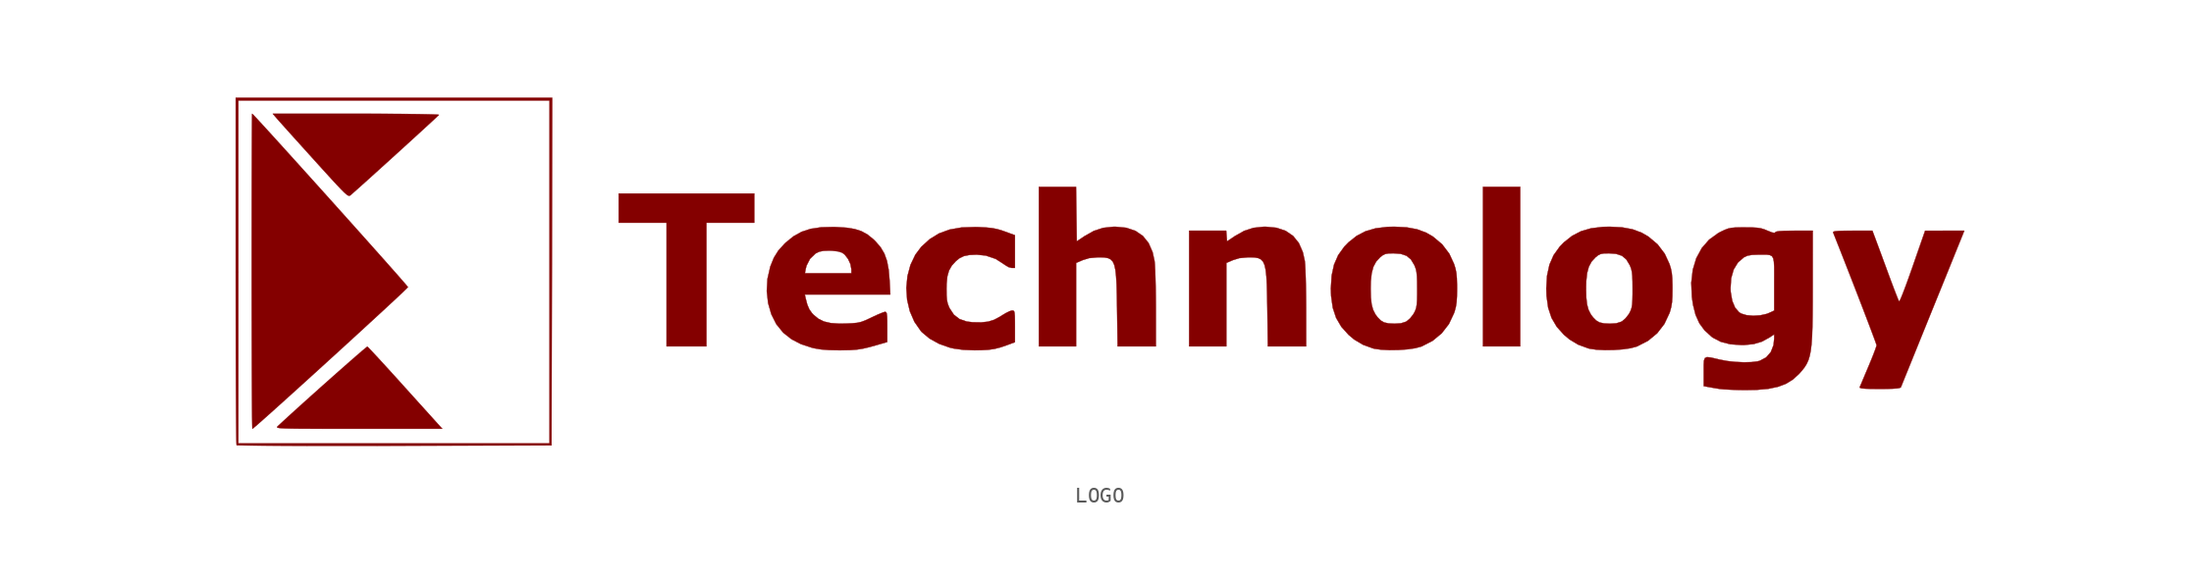
<source format=kicad_sym>
(kicad_symbol_lib
  (version 20220914)
  (generator "bitmap2component")
  (generator_version "9.0")
  (symbol "LOGO"
    (pin_names
      (offset 1.016))
    (property "Reference" "#G"
      (at 0 10.456 0)
      (effects (font (size 1.27 1.27)) hide))
    (symbol "LOGO_0_0"
      (polyline (pts (xy -47.534 -11.074) (xy -46.294 -11.073) (xy -45.007 -11.07) (xy -35.01 -11.049) (xy -34.988 0.021) (xy -34.967 11.091) (xy -45.042 11.091) (xy -55.118 11.091) (xy -55.118 0.057) (xy -55.118 0) (xy -54.949 0) (xy -54.949 10.922) (xy -45.043 10.922) (xy -35.137 10.922) (xy -35.137 0) (xy -35.137 -10.922) (xy -45.043 -10.922) (xy -54.949 -10.922) (xy -54.949 0) (xy -55.118 0) (xy -55.118 -0.295) (xy -55.117 -1.638) (xy -55.116 -2.93) (xy -55.114 -4.164) (xy -55.111 -5.328) (xy -55.107 -6.413) (xy -55.103 -7.409) (xy -55.098 -8.305) (xy -55.093 -9.091) (xy -55.087 -9.759) (xy -55.081 -10.297) (xy -55.075 -10.696) (xy -55.068 -10.945) (xy -55.061 -11.035) (xy -55.025 -11.04) (xy -54.835 -11.046) (xy -54.493 -11.053) (xy -54.009 -11.058) (xy -53.394 -11.063) (xy -52.658 -11.067) (xy -51.812 -11.07) (xy -50.866 -11.072) (xy -49.831 -11.074) (xy -48.717 -11.074) (xy -47.534 -11.074)) (stroke (width 0.01) (type default)) (fill (type outline)))
      (polyline (pts (xy 41.744 -7.51) (xy 42.477 -7.443) (xy 43.089 -7.314) (xy 43.603 -7.117) (xy 44.041 -6.846) (xy 44.425 -6.494) (xy 44.437 -6.481) (xy 44.624 -6.27) (xy 44.782 -6.066) (xy 44.913 -5.854) (xy 45.02 -5.617) (xy 45.104 -5.34) (xy 45.17 -5.006) (xy 45.218 -4.599) (xy 45.252 -4.103) (xy 45.274 -3.503) (xy 45.287 -2.781) (xy 45.293 -1.922) (xy 45.295 -0.91) (xy 45.297 2.625) (xy 44.118 2.625) (xy 44.003 2.624) (xy 43.515 2.617) (xy 43.179 2.599) (xy 42.981 2.568) (xy 42.906 2.523) (xy 42.859 2.488) (xy 42.699 2.514) (xy 42.412 2.629) (xy 42.209 2.713) (xy 41.993 2.777) (xy 41.747 2.814) (xy 41.423 2.832) (xy 40.977 2.836) (xy 40.739 2.836) (xy 40.379 2.829) (xy 40.116 2.806) (xy 39.903 2.76) (xy 39.695 2.681) (xy 39.443 2.561) (xy 39.282 2.477) (xy 38.698 2.055) (xy 38.23 1.518) (xy 37.881 0.874) (xy 37.657 0.135) (xy 37.562 -0.691) (xy 37.577 -1.066) (xy 40.061 -1.066) (xy 40.1 -0.409) (xy 40.26 0.151) (xy 40.536 0.604) (xy 40.925 0.938) (xy 40.928 0.94) (xy 41.144 1.035) (xy 41.426 1.085) (xy 41.825 1.099) (xy 42.094 1.101) (xy 42.364 1.1) (xy 42.559 1.075) (xy 42.694 1.006) (xy 42.778 0.872) (xy 42.823 0.651) (xy 42.841 0.324) (xy 42.843 -0.131) (xy 42.841 -0.734) (xy 42.841 -2.464) (xy 42.481 -2.627) (xy 42.363 -2.673) (xy 41.959 -2.763) (xy 41.509 -2.791) (xy 41.081 -2.754) (xy 40.741 -2.652) (xy 40.608 -2.57) (xy 40.35 -2.272) (xy 40.169 -1.838) (xy 40.073 -1.28) (xy 40.061 -1.066) (xy 37.577 -1.066) (xy 37.6 -1.592) (xy 37.671 -2.084) (xy 37.835 -2.733) (xy 38.077 -3.271) (xy 38.411 -3.725) (xy 38.852 -4.125) (xy 38.944 -4.192) (xy 39.448 -4.454) (xy 40.05 -4.607) (xy 40.772 -4.657) (xy 40.926 -4.655) (xy 41.529 -4.596) (xy 42.045 -4.444) (xy 42.524 -4.186) (xy 42.841 -3.977) (xy 42.841 -4.253) (xy 42.798 -4.662) (xy 42.626 -5.104) (xy 42.33 -5.442) (xy 41.919 -5.661) (xy 41.78 -5.697) (xy 41.393 -5.744) (xy 40.911 -5.756) (xy 40.384 -5.732) (xy 39.86 -5.676) (xy 39.386 -5.587) (xy 39.14 -5.528) (xy 38.787 -5.447) (xy 38.558 -5.427) (xy 38.428 -5.487) (xy 38.369 -5.646) (xy 38.353 -5.926) (xy 38.354 -6.346) (xy 38.354 -7.274) (xy 38.629 -7.324) (xy 38.721 -7.341) (xy 39.014 -7.393) (xy 39.328 -7.445) (xy 39.374 -7.452) (xy 39.651 -7.478) (xy 40.041 -7.5) (xy 40.498 -7.516) (xy 40.979 -7.524) (xy 41.744 -7.51)) (stroke (width 0.01) (type default)) (fill (type outline)))
      (polyline (pts (xy 49.941 -7.449) (xy 50.375 -7.439) (xy 50.67 -7.419) (xy 50.842 -7.388) (xy 50.909 -7.345) (xy 50.909 -7.345) (xy 50.948 -7.248) (xy 51.045 -7.008) (xy 51.194 -6.639) (xy 51.391 -6.155) (xy 51.628 -5.57) (xy 51.9 -4.898) (xy 52.202 -4.153) (xy 52.528 -3.348) (xy 52.873 -2.498) (xy 53.216 -1.651) (xy 53.545 -0.841) (xy 53.85 -0.087) (xy 54.126 0.595) (xy 54.367 1.191) (xy 54.568 1.687) (xy 54.723 2.069) (xy 54.825 2.323) (xy 54.87 2.434) (xy 54.944 2.625) (xy 53.698 2.625) (xy 52.451 2.624) (xy 51.654 0.335) (xy 51.606 0.197) (xy 51.403 -0.374) (xy 51.218 -0.882) (xy 51.057 -1.306) (xy 50.928 -1.628) (xy 50.839 -1.828) (xy 50.797 -1.887) (xy 50.785 -1.866) (xy 50.718 -1.713) (xy 50.607 -1.434) (xy 50.46 -1.054) (xy 50.287 -0.596) (xy 50.097 -0.085) (xy 50.046 0.056) (xy 49.846 0.598) (xy 49.658 1.109) (xy 49.492 1.557) (xy 49.361 1.911) (xy 49.277 2.138) (xy 49.094 2.625) (xy 47.822 2.625) (xy 47.821 2.625) (xy 47.312 2.622) (xy 46.953 2.611) (xy 46.726 2.591) (xy 46.612 2.561) (xy 46.591 2.519) (xy 46.758 2.098) (xy 47.043 1.378) (xy 47.337 0.63) (xy 47.634 -0.129) (xy 47.927 -0.881) (xy 48.21 -1.612) (xy 48.476 -2.302) (xy 48.719 -2.937) (xy 48.933 -3.498) (xy 49.11 -3.968) (xy 49.245 -4.332) (xy 49.331 -4.572) (xy 49.361 -4.671) (xy 49.351 -4.72) (xy 49.287 -4.912) (xy 49.174 -5.214) (xy 49.023 -5.593) (xy 48.845 -6.021) (xy 48.744 -6.259) (xy 48.574 -6.661) (xy 48.433 -6.996) (xy 48.333 -7.233) (xy 48.286 -7.345) (xy 48.284 -7.349) (xy 48.312 -7.39) (xy 48.434 -7.419) (xy 48.669 -7.438) (xy 49.036 -7.448) (xy 49.554 -7.451) (xy 49.941 -7.449)) (stroke (width 0.01) (type default)) (fill (type outline)))
      (polyline (pts (xy -16.449 -4.988) (xy -15.962 -4.977) (xy -15.557 -4.945) (xy -15.176 -4.884) (xy -14.758 -4.786) (xy -14.245 -4.642) (xy -13.631 -4.463) (xy -13.631 -3.501) (xy -13.634 -3.128) (xy -13.644 -2.83) (xy -13.667 -2.651) (xy -13.705 -2.563) (xy -13.763 -2.54) (xy -13.819 -2.551) (xy -14.015 -2.622) (xy -14.3 -2.743) (xy -14.631 -2.898) (xy -14.728 -2.945) (xy -15.045 -3.091) (xy -15.3 -3.185) (xy -15.55 -3.24) (xy -15.855 -3.269) (xy -16.27 -3.288) (xy -16.691 -3.294) (xy -17.23 -3.257) (xy -17.66 -3.158) (xy -18.011 -2.987) (xy -18.317 -2.737) (xy -18.426 -2.621) (xy -18.599 -2.377) (xy -18.725 -2.08) (xy -18.832 -1.672) (xy -18.884 -1.439) (xy -16.161 -1.439) (xy -13.438 -1.439) (xy -13.486 -0.529) (xy -13.543 0.133) (xy -13.65 0.701) (xy -13.818 1.17) (xy -14.059 1.577) (xy -14.388 1.955) (xy -14.522 2.085) (xy -14.886 2.379) (xy -15.267 2.59) (xy -15.704 2.732) (xy -16.233 2.817) (xy -16.891 2.859) (xy -17.058 2.864) (xy -17.842 2.844) (xy -18.508 2.745) (xy -19.084 2.557) (xy -19.602 2.27) (xy -20.09 1.876) (xy -20.179 1.791) (xy -20.569 1.359) (xy -20.852 0.906) (xy -21.071 0.366) (xy -21.086 0.323) (xy -21.178 -0.085) (xy -18.877 -0.085) (xy -18.826 0.191) (xy -18.772 0.402) (xy -18.55 0.835) (xy -18.207 1.164) (xy -18.161 1.194) (xy -17.954 1.292) (xy -17.7 1.341) (xy -17.34 1.355) (xy -17.137 1.349) (xy -16.765 1.306) (xy -16.507 1.226) (xy -16.345 1.105) (xy -16.132 0.831) (xy -15.977 0.498) (xy -15.917 0.173) (xy -15.917 -0.085) (xy -17.397 -0.085) (xy -18.877 -0.085) (xy -21.178 -0.085) (xy -21.261 -0.444) (xy -21.304 -1.221) (xy -21.221 -1.98) (xy -21.018 -2.69) (xy -20.699 -3.325) (xy -20.27 -3.855) (xy -20.233 -3.891) (xy -19.729 -4.287) (xy -19.14 -4.593) (xy -18.427 -4.828) (xy -18.266 -4.866) (xy -17.846 -4.936) (xy -17.346 -4.975) (xy -16.722 -4.989) (xy -16.449 -4.988)) (stroke (width 0.01) (type default)) (fill (type outline)))
      (polyline (pts (xy -7.679 -4.985) (xy -7.205 -4.96) (xy -6.802 -4.902) (xy -6.411 -4.802) (xy -5.974 -4.651) (xy -5.503 -4.475) (xy -5.503 -3.465) (xy -5.504 -3.127) (xy -5.51 -2.81) (xy -5.526 -2.612) (xy -5.556 -2.506) (xy -5.607 -2.463) (xy -5.683 -2.455) (xy -5.684 -2.455) (xy -5.844 -2.502) (xy -6.087 -2.622) (xy -6.363 -2.789) (xy -6.447 -2.844) (xy -6.822 -3.045) (xy -7.205 -3.165) (xy -7.647 -3.213) (xy -8.201 -3.204) (xy -8.577 -3.158) (xy -9.037 -2.999) (xy -9.392 -2.722) (xy -9.663 -2.313) (xy -9.704 -2.226) (xy -9.786 -2.011) (xy -9.834 -1.779) (xy -9.857 -1.478) (xy -9.861 -1.058) (xy -9.855 -0.764) (xy -9.808 -0.287) (xy -9.702 0.087) (xy -9.524 0.4) (xy -9.258 0.693) (xy -9.034 0.874) (xy -8.752 1.01) (xy -8.401 1.08) (xy -7.932 1.1) (xy -7.355 1.041) (xy -6.724 0.827) (xy -6.165 0.465) (xy -6.132 0.439) (xy -5.908 0.307) (xy -5.709 0.254) (xy -5.503 0.254) (xy -5.503 1.297) (xy -5.503 2.339) (xy -6.16 2.578) (xy -6.304 2.629) (xy -6.628 2.726) (xy -6.953 2.79) (xy -7.336 2.83) (xy -7.832 2.856) (xy -8.011 2.861) (xy -8.898 2.831) (xy -9.668 2.696) (xy -10.34 2.45) (xy -10.934 2.086) (xy -11.469 1.598) (xy -11.844 1.099) (xy -12.155 0.448) (xy -12.347 -0.268) (xy -12.418 -1.018) (xy -12.368 -1.772) (xy -12.197 -2.501) (xy -11.905 -3.176) (xy -11.492 -3.768) (xy -11.424 -3.842) (xy -10.938 -4.247) (xy -10.333 -4.58) (xy -9.649 -4.821) (xy -9.396 -4.879) (xy -8.798 -4.961) (xy -8.086 -4.989) (xy -7.679 -4.985)) (stroke (width 0.01) (type default)) (fill (type outline)))
      (polyline (pts (xy 18.911 -4.971) (xy 19.469 -4.931) (xy 19.965 -4.861) (xy 20.345 -4.762) (xy 20.409 -4.738) (xy 21.095 -4.386) (xy 21.673 -3.908) (xy 22.131 -3.317) (xy 22.457 -2.625) (xy 22.501 -2.494) (xy 22.574 -2.214) (xy 22.619 -1.915) (xy 22.642 -1.546) (xy 22.648 -1.058) (xy 22.647 -0.825) (xy 22.634 -0.396) (xy 22.603 -0.064) (xy 22.546 0.221) (xy 22.457 0.508) (xy 22.155 1.16) (xy 21.7 1.759) (xy 21.114 2.251) (xy 20.682 2.5) (xy 20.1 2.716) (xy 19.433 2.839) (xy 18.648 2.879) (xy 18.214 2.868) (xy 17.467 2.778) (xy 16.824 2.592) (xy 16.258 2.298) (xy 15.739 1.888) (xy 15.465 1.607) (xy 15.079 1.068) (xy 14.814 0.46) (xy 14.662 -0.241) (xy 14.614 -1.058) (xy 17.145 -1.058) (xy 17.155 -0.606) (xy 17.211 -0.081) (xy 17.322 0.33) (xy 17.497 0.656) (xy 17.746 0.927) (xy 17.909 1.058) (xy 18.075 1.141) (xy 18.288 1.177) (xy 18.608 1.185) (xy 19.061 1.151) (xy 19.431 1.028) (xy 19.708 0.797) (xy 19.924 0.442) (xy 19.951 0.381) (xy 20.02 0.196) (xy 20.065 -0.006) (xy 20.092 -0.265) (xy 20.105 -0.617) (xy 20.108 -1.101) (xy 20.108 -1.395) (xy 20.101 -1.788) (xy 20.082 -2.069) (xy 20.049 -2.275) (xy 19.994 -2.442) (xy 19.914 -2.607) (xy 19.857 -2.703) (xy 19.658 -2.956) (xy 19.449 -3.136) (xy 19.375 -3.176) (xy 19.075 -3.271) (xy 18.669 -3.296) (xy 18.282 -3.277) (xy 18.004 -3.216) (xy 17.791 -3.093) (xy 17.59 -2.889) (xy 17.449 -2.7) (xy 17.303 -2.413) (xy 17.209 -2.068) (xy 17.16 -1.629) (xy 17.145 -1.058) (xy 14.614 -1.058) (xy 14.629 -1.532) (xy 14.734 -2.282) (xy 14.948 -2.928) (xy 15.28 -3.494) (xy 15.739 -4.005) (xy 16.093 -4.302) (xy 16.646 -4.633) (xy 17.293 -4.869) (xy 17.387 -4.892) (xy 17.818 -4.953) (xy 18.343 -4.979) (xy 18.911 -4.971)) (stroke (width 0.01) (type default)) (fill (type outline)))
      (polyline (pts (xy 32.627 -4.971) (xy 33.185 -4.931) (xy 33.681 -4.861) (xy 34.061 -4.762) (xy 34.125 -4.738) (xy 34.811 -4.386) (xy 35.389 -3.908) (xy 35.847 -3.317) (xy 36.173 -2.625) (xy 36.217 -2.494) (xy 36.29 -2.214) (xy 36.336 -1.915) (xy 36.358 -1.546) (xy 36.364 -1.058) (xy 36.363 -0.825) (xy 36.35 -0.396) (xy 36.319 -0.064) (xy 36.262 0.221) (xy 36.173 0.508) (xy 35.871 1.16) (xy 35.416 1.759) (xy 34.83 2.251) (xy 34.398 2.5) (xy 33.816 2.716) (xy 33.149 2.839) (xy 32.364 2.879) (xy 31.93 2.868) (xy 31.183 2.778) (xy 30.54 2.592) (xy 29.974 2.298) (xy 29.455 1.888) (xy 29.181 1.607) (xy 28.795 1.068) (xy 28.53 0.46) (xy 28.378 -0.241) (xy 28.33 -1.058) (xy 30.861 -1.058) (xy 30.871 -0.606) (xy 30.927 -0.081) (xy 31.038 0.33) (xy 31.213 0.656) (xy 31.462 0.927) (xy 31.625 1.058) (xy 31.791 1.141) (xy 32.004 1.177) (xy 32.324 1.185) (xy 32.777 1.151) (xy 33.147 1.028) (xy 33.424 0.797) (xy 33.639 0.442) (xy 33.667 0.381) (xy 33.736 0.196) (xy 33.781 -0.006) (xy 33.808 -0.265) (xy 33.821 -0.617) (xy 33.824 -1.101) (xy 33.824 -1.395) (xy 33.816 -1.788) (xy 33.798 -2.069) (xy 33.764 -2.275) (xy 33.71 -2.442) (xy 33.63 -2.607) (xy 33.573 -2.703) (xy 33.374 -2.956) (xy 33.165 -3.136) (xy 33.091 -3.176) (xy 32.791 -3.271) (xy 32.385 -3.296) (xy 31.998 -3.277) (xy 31.72 -3.216) (xy 31.507 -3.093) (xy 31.306 -2.889) (xy 31.165 -2.7) (xy 31.019 -2.413) (xy 30.925 -2.068) (xy 30.875 -1.629) (xy 30.861 -1.058) (xy 28.33 -1.058) (xy 28.345 -1.532) (xy 28.45 -2.282) (xy 28.664 -2.928) (xy 28.996 -3.494) (xy 29.455 -4.005) (xy 29.809 -4.302) (xy 30.362 -4.633) (xy 31.009 -4.869) (xy 31.103 -4.892) (xy 31.534 -4.953) (xy 32.059 -4.979) (xy 32.627 -4.971)) (stroke (width 0.01) (type default)) (fill (type outline)))
      (polyline (pts (xy -25.146 -0.804) (xy -25.146 3.133) (xy -23.622 3.133) (xy -22.098 3.133) (xy -22.098 4.064) (xy -22.098 4.995) (xy -26.416 4.995) (xy -30.734 4.995) (xy -30.734 4.064) (xy -30.734 3.133) (xy -29.21 3.133) (xy -27.686 3.133) (xy -27.686 -0.804) (xy -27.686 -4.741) (xy -26.416 -4.741) (xy -25.146 -4.741) (xy -25.146 -0.804)) (stroke (width 0.01) (type default)) (fill (type outline)))
      (polyline (pts (xy -1.609 -2.085) (xy -1.609 0.572) (xy -1.191 0.752) (xy -0.782 0.879) (xy -0.212 0.931) (xy -0.071 0.931) (xy 0.201 0.919) (xy 0.42 0.88) (xy 0.593 0.798) (xy 0.726 0.657) (xy 0.823 0.441) (xy 0.892 0.136) (xy 0.938 -0.276) (xy 0.968 -0.81) (xy 0.986 -1.482) (xy 0.999 -2.307) (xy 1.033 -4.741) (xy 2.252 -4.741) (xy 3.471 -4.741) (xy 3.47 -2.307) (xy 3.47 -2.264) (xy 3.466 -1.607) (xy 3.457 -0.976) (xy 3.443 -0.402) (xy 3.426 0.088) (xy 3.407 0.465) (xy 3.385 0.702) (xy 3.263 1.256) (xy 3.009 1.838) (xy 2.643 2.292) (xy 2.167 2.617) (xy 1.582 2.813) (xy 0.889 2.879) (xy 0.772 2.877) (xy 0.117 2.807) (xy -0.472 2.617) (xy -1.058 2.288) (xy -1.566 1.948) (xy -1.589 3.684) (xy -1.612 5.419) (xy -2.796 5.419) (xy -3.979 5.419) (xy -3.979 0.339) (xy -3.979 -4.741) (xy -2.794 -4.741) (xy -1.609 -4.741) (xy -1.609 -2.085)) (stroke (width 0.01) (type default)) (fill (type outline)))
      (polyline (pts (xy 7.959 -2.085) (xy 7.959 0.572) (xy 8.377 0.752) (xy 8.786 0.879) (xy 9.356 0.931) (xy 9.497 0.931) (xy 9.768 0.919) (xy 9.988 0.88) (xy 10.161 0.798) (xy 10.293 0.657) (xy 10.391 0.441) (xy 10.46 0.136) (xy 10.506 -0.276) (xy 10.535 -0.81) (xy 10.553 -1.482) (xy 10.567 -2.307) (xy 10.6 -4.741) (xy 11.819 -4.741) (xy 13.039 -4.741) (xy 13.037 -2.307) (xy 13.037 -2.264) (xy 13.033 -1.607) (xy 13.024 -0.976) (xy 13.011 -0.402) (xy 12.994 0.088) (xy 12.974 0.465) (xy 12.952 0.702) (xy 12.83 1.256) (xy 12.576 1.838) (xy 12.21 2.292) (xy 11.734 2.617) (xy 11.149 2.813) (xy 10.457 2.879) (xy 10.337 2.877) (xy 9.683 2.807) (xy 9.095 2.617) (xy 8.509 2.287) (xy 8.001 1.947) (xy 7.975 2.286) (xy 7.949 2.625) (xy 6.768 2.625) (xy 5.588 2.625) (xy 5.588 -1.058) (xy 5.588 -4.741) (xy 6.773 -4.741) (xy 7.959 -4.741) (xy 7.959 -2.085)) (stroke (width 0.01) (type default)) (fill (type outline)))
      (polyline (pts (xy 26.67 0.339) (xy 26.67 5.419) (xy 25.485 5.419) (xy 24.299 5.419) (xy 24.299 0.339) (xy 24.299 -4.741) (xy 25.485 -4.741) (xy 26.67 -4.741) (xy 26.67 0.339)) (stroke (width 0.01) (type default)) (fill (type outline)))
      (polyline (pts (xy -54.023 -9.969) (xy -53.877 -9.848) (xy -53.625 -9.629) (xy -53.279 -9.323) (xy -52.851 -8.941) (xy -52.352 -8.493) (xy -51.793 -7.989) (xy -51.186 -7.441) (xy -50.544 -6.859) (xy -49.876 -6.253) (xy -49.196 -5.633) (xy -48.513 -5.011) (xy -47.841 -4.397) (xy -47.191 -3.802) (xy -46.574 -3.235) (xy -46.001 -2.708) (xy -45.485 -2.231) (xy -45.036 -1.815) (xy -44.668 -1.47) (xy -44.39 -1.207) (xy -44.215 -1.036) (xy -44.154 -0.968) (xy -44.189 -0.919) (xy -44.328 -0.754) (xy -44.563 -0.484) (xy -44.883 -0.119) (xy -45.28 0.33) (xy -45.742 0.851) (xy -46.26 1.433) (xy -46.824 2.065) (xy -47.425 2.737) (xy -48.052 3.437) (xy -48.695 4.154) (xy -49.344 4.877) (xy -49.99 5.595) (xy -50.623 6.297) (xy -51.232 6.972) (xy -51.808 7.609) (xy -52.34 8.197) (xy -52.82 8.725) (xy -53.236 9.182) (xy -53.58 9.556) (xy -53.84 9.837) (xy -54.008 10.014) (xy -54.073 10.075) (xy -54.076 10.04) (xy -54.079 9.853) (xy -54.083 9.514) (xy -54.086 9.033) (xy -54.089 8.42) (xy -54.092 7.687) (xy -54.094 6.843) (xy -54.097 5.899) (xy -54.099 4.866) (xy -54.1 3.753) (xy -54.101 2.571) (xy -54.102 1.331) (xy -54.102 0.042) (xy -54.102 -0.798) (xy -54.101 -2.056) (xy -54.099 -3.26) (xy -54.097 -4.398) (xy -54.094 -5.461) (xy -54.091 -6.437) (xy -54.087 -7.317) (xy -54.083 -8.091) (xy -54.078 -8.747) (xy -54.073 -9.275) (xy -54.067 -9.666) (xy -54.062 -9.908) (xy -54.056 -9.991) (xy -54.023 -9.969)) (stroke (width 0.01) (type default)) (fill (type outline)))
      (polyline (pts (xy -42.138 -9.8) (xy -42.145 -9.793) (xy -42.253 -9.673) (xy -42.46 -9.444) (xy -42.751 -9.121) (xy -43.113 -8.72) (xy -43.532 -8.256) (xy -43.995 -7.743) (xy -44.488 -7.197) (xy -44.578 -7.096) (xy -45.06 -6.564) (xy -45.505 -6.075) (xy -45.901 -5.642) (xy -46.235 -5.28) (xy -46.494 -5.003) (xy -46.665 -4.824) (xy -46.736 -4.758) (xy -46.752 -4.766) (xy -46.873 -4.861) (xy -47.098 -5.051) (xy -47.411 -5.321) (xy -47.8 -5.66) (xy -48.246 -6.053) (xy -48.738 -6.486) (xy -49.258 -6.948) (xy -49.792 -7.424) (xy -50.325 -7.901) (xy -50.842 -8.365) (xy -51.328 -8.804) (xy -51.768 -9.204) (xy -52.146 -9.552) (xy -52.449 -9.833) (xy -52.462 -9.847) (xy -52.485 -9.877) (xy -52.481 -9.902) (xy -52.439 -9.924) (xy -52.346 -9.941) (xy -52.192 -9.956) (xy -51.963 -9.967) (xy -51.649 -9.975) (xy -51.237 -9.982) (xy -50.715 -9.986) (xy -50.071 -9.988) (xy -49.294 -9.99) (xy -48.371 -9.991) (xy -47.29 -9.991) (xy -41.965 -9.991) (xy -42.138 -9.8)) (stroke (width 0.01) (type default)) (fill (type outline)))
      (polyline (pts (xy -47.849 4.859) (xy -47.802 4.893) (xy -47.777 4.914) (xy -47.56 5.106) (xy -47.254 5.378) (xy -46.874 5.718) (xy -46.437 6.112) (xy -45.957 6.546) (xy -45.45 7.005) (xy -44.931 7.476) (xy -44.414 7.946) (xy -43.917 8.399) (xy -43.453 8.822) (xy -43.038 9.202) (xy -42.688 9.524) (xy -42.418 9.774) (xy -42.243 9.939) (xy -42.178 10.004) (xy -42.181 10.007) (xy -42.291 10.019) (xy -42.553 10.031) (xy -42.953 10.041) (xy -43.477 10.051) (xy -44.11 10.059) (xy -44.839 10.066) (xy -45.649 10.071) (xy -46.526 10.074) (xy -47.455 10.075) (xy -52.761 10.075) (xy -52.479 9.749) (xy -52.361 9.615) (xy -52.143 9.371) (xy -51.841 9.034) (xy -51.469 8.62) (xy -51.042 8.147) (xy -50.575 7.629) (xy -50.083 7.085) (xy -49.929 6.914) (xy -49.411 6.343) (xy -48.992 5.883) (xy -48.66 5.524) (xy -48.404 5.255) (xy -48.211 5.063) (xy -48.071 4.939) (xy -47.972 4.872) (xy -47.901 4.848) (xy -47.849 4.859)) (stroke (width 0.01) (type default)) (fill (type outline))))))
</source>
